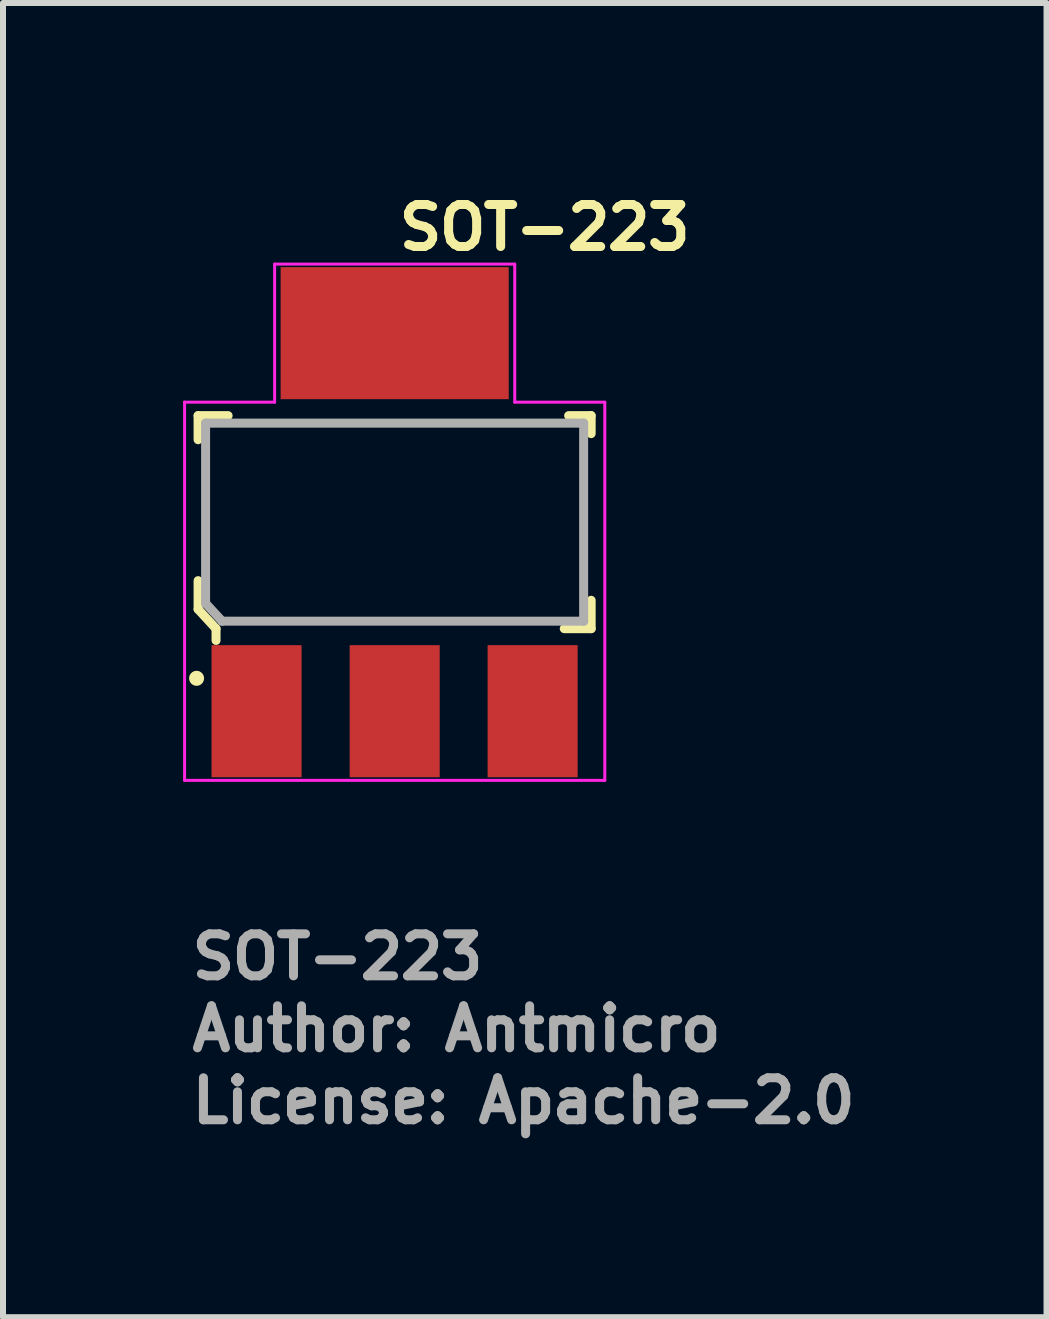
<source format=kicad_pcb>
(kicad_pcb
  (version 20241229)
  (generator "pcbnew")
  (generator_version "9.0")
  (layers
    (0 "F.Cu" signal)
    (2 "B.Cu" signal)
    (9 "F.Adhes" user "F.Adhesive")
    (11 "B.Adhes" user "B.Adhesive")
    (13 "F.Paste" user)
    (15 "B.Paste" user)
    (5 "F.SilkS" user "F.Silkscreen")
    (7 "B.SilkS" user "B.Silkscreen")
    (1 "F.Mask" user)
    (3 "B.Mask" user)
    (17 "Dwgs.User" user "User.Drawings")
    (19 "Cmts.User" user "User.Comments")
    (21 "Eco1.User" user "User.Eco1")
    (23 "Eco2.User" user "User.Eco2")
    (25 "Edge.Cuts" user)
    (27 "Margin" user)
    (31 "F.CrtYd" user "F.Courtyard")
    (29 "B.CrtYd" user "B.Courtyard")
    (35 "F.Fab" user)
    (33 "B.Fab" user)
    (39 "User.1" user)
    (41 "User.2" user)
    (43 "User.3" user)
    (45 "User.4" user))
  (footprint "SOT-223"
    (layer "F.Cu")
    (at 3.525 5.65)
    (property "Reference" "SOT-223" (at 0 -4.5 0) (layer "F.SilkS") (effects (font (size 0.7 0.7) (thickness 0.15)) (justify left bottom)))
    (attr smd)
    (fp_line (start -3.275 -1.776) (end -3.275 -1.375) (stroke (width 0.15) (type solid)) (layer "F.SilkS"))
    (fp_line (start -3.275 0.973) (end -3.275 1.449) (stroke (width 0.15) (type solid)) (layer "F.SilkS"))
    (fp_line (start -3.275 1.449) (end -2.976 1.773) (stroke (width 0.15) (type solid)) (layer "F.SilkS"))
    (fp_line (start -2.976 1.773) (end -2.976 1.969) (stroke (width 0.15) (type solid)) (layer "F.SilkS"))
    (fp_line (start -2.775 -1.776) (end -3.275 -1.776) (stroke (width 0.15) (type solid)) (layer "F.SilkS"))
    (fp_line (start 2.898 -1.776) (end 3.273 -1.776) (stroke (width 0.15) (type solid)) (layer "F.SilkS"))
    (fp_line (start 3.273 -1.776) (end 3.273 -1.476) (stroke (width 0.15) (type solid)) (layer "F.SilkS"))
    (fp_line (start 3.273 1.3) (end 3.273 1.773) (stroke (width 0.15) (type solid)) (layer "F.SilkS"))
    (fp_line (start 3.273 1.773) (end 2.825 1.773) (stroke (width 0.15) (type solid)) (layer "F.SilkS"))
    (fp_circle (center -3.3 2.6) (end -3.25 2.6) (stroke (width 0.15) (type solid)) (fill yes) (layer "F.SilkS"))
    (fp_line (start -3.5 -2) (end -3.5 4.3) (stroke (width 0.05) (type solid)) (layer "F.CrtYd"))
    (fp_line (start -3.5 4.3) (end 3.5 4.3) (stroke (width 0.05) (type solid)) (layer "F.CrtYd"))
    (fp_line (start -2 -4.3) (end -2 -2) (stroke (width 0.05) (type solid)) (layer "F.CrtYd"))
    (fp_line (start -2 -2) (end -3.5 -2) (stroke (width 0.05) (type solid)) (layer "F.CrtYd"))
    (fp_line (start 2 -4.3) (end -2 -4.3) (stroke (width 0.05) (type solid)) (layer "F.CrtYd"))
    (fp_line (start 2 -4.3) (end 2 -2) (stroke (width 0.05) (type solid)) (layer "F.CrtYd"))
    (fp_line (start 3.5 -2) (end 2 -2) (stroke (width 0.05) (type solid)) (layer "F.CrtYd"))
    (fp_line (start 3.5 -2) (end 3.5 4.3) (stroke (width 0.05) (type solid)) (layer "F.CrtYd"))
    (fp_line (start -3.15 -1.651) (end 3.148 -1.651) (stroke (width 0.15) (type solid)) (layer "F.Fab"))
    (fp_line (start -3.15 1.35) (end -3.15 -1.651) (stroke (width 0.15) (type solid)) (layer "F.Fab"))
    (fp_line (start -3.15 1.35) (end -2.875 1.648) (stroke (width 0.15) (type solid)) (layer "F.Fab"))
    (fp_line (start 3.148 -1.651) (end 3.148 1.648) (stroke (width 0.15) (type solid)) (layer "F.Fab"))
    (fp_line (start 3.148 1.648) (end -2.875 1.648) (stroke (width 0.15) (type solid)) (layer "F.Fab"))
    (fp_rect (start -3.251 -3.48) (end 3.249 3.479) (stroke (width 0.1) (type solid)) (fill no) (layer "User.5"))
    (fp_line (start -3.251 -1.736) (end -3.251 -1.734) (stroke (width 0.02) (type solid)) (layer "User.9"))
    (fp_line (start -3.251 -1.734) (end -3.25 -1.732) (stroke (width 0.02) (type solid)) (layer "User.9"))
    (fp_line (start -3.251 1.731) (end -3.251 1.733) (stroke (width 0.02) (type solid)) (layer "User.9"))
    (fp_line (start -3.251 1.733) (end -3.25 1.737) (stroke (width 0.02) (type solid)) (layer "User.9"))
    (fp_line (start -3.25 -1.746) (end -3.25 -1.742) (stroke (width 0.02) (type solid)) (layer "User.9"))
    (fp_line (start -3.25 -1.742) (end -3.25 -1.74) (stroke (width 0.02) (type solid)) (layer "User.9"))
    (fp_line (start -3.25 -1.74) (end -3.25 -1.738) (stroke (width 0.02) (type solid)) (layer "User.9"))
    (fp_line (start -3.25 -1.738) (end -3.251 -1.736) (stroke (width 0.02) (type solid)) (layer "User.9"))
    (fp_line (start -3.25 -1.732) (end -3.25 1.729) (stroke (width 0.02) (type solid)) (layer "User.9"))
    (fp_line (start -3.25 1.729) (end -3.251 1.731) (stroke (width 0.02) (type solid)) (layer "User.9"))
    (fp_line (start -3.25 1.737) (end -3.25 1.739) (stroke (width 0.02) (type solid)) (layer "User.9"))
    (fp_line (start -3.25 1.739) (end -3.25 1.741) (stroke (width 0.02) (type solid)) (layer "User.9"))
    (fp_line (start -3.25 1.741) (end -3.25 1.743) (stroke (width 0.02) (type solid)) (layer "User.9"))
    (fp_line (start -3.25 1.743) (end -3.249 1.745) (stroke (width 0.02) (type solid)) (layer "User.9"))
    (fp_line (start -3.249 -1.748) (end -3.25 -1.746) (stroke (width 0.02) (type solid)) (layer "User.9"))
    (fp_line (start -3.249 1.745) (end -3.247 1.747) (stroke (width 0.02) (type solid)) (layer "User.9"))
    (fp_line (start -3.247 -1.75) (end -3.249 -1.748) (stroke (width 0.02) (type solid)) (layer "User.9"))
    (fp_line (start -3.247 1.747) (end -3.246 1.749) (stroke (width 0.02) (type solid)) (layer "User.9"))
    (fp_line (start -3.246 -1.754) (end -3.246 -1.752) (stroke (width 0.02) (type solid)) (layer "User.9"))
    (fp_line (start -3.246 -1.752) (end -3.247 -1.75) (stroke (width 0.02) (type solid)) (layer "User.9"))
    (fp_line (start -3.246 1.749) (end -3.246 1.753) (stroke (width 0.02) (type solid)) (layer "User.9"))
    (fp_line (start -3.246 1.753) (end -3.245 1.755) (stroke (width 0.02) (type solid)) (layer "User.9"))
    (fp_line (start -3.245 -1.756) (end -3.246 -1.754) (stroke (width 0.02) (type solid)) (layer "User.9"))
    (fp_line (start -3.245 1.755) (end -3.242 1.757) (stroke (width 0.02) (type solid)) (layer "User.9"))
    (fp_line (start -3.242 -1.76) (end -3.242 -1.758) (stroke (width 0.02) (type solid)) (layer "User.9"))
    (fp_line (start -3.242 -1.758) (end -3.245 -1.756) (stroke (width 0.02) (type solid)) (layer "User.9"))
    (fp_line (start -3.242 1.757) (end -3.242 1.759) (stroke (width 0.02) (type solid)) (layer "User.9"))
    (fp_line (start -3.242 1.759) (end -3.239 1.761) (stroke (width 0.02) (type solid)) (layer "User.9"))
    (fp_line (start -3.239 -1.762) (end -3.242 -1.76) (stroke (width 0.02) (type solid)) (layer "User.9"))
    (fp_line (start -3.239 1.761) (end -3.238 1.763) (stroke (width 0.02) (type solid)) (layer "User.9"))
    (fp_line (start -3.238 -1.764) (end -3.239 -1.762) (stroke (width 0.02) (type solid)) (layer "User.9"))
    (fp_line (start -3.238 1.763) (end -3.237 1.765) (stroke (width 0.02) (type solid)) (layer "User.9"))
    (fp_line (start -3.237 -1.766) (end -3.238 -1.764) (stroke (width 0.02) (type solid)) (layer "User.9"))
    (fp_line (start -3.237 1.765) (end -3.234 1.765) (stroke (width 0.02) (type solid)) (layer "User.9"))
    (fp_line (start -3.234 -1.768) (end -3.237 -1.766) (stroke (width 0.02) (type solid)) (layer "User.9"))
    (fp_line (start -3.234 1.765) (end -3.233 1.767) (stroke (width 0.02) (type solid)) (layer "User.9"))
    (fp_line (start -3.233 -1.77) (end -3.234 -1.768) (stroke (width 0.02) (type solid)) (layer "User.9"))
    (fp_line (start -3.233 1.767) (end -3.23 1.769) (stroke (width 0.02) (type solid)) (layer "User.9"))
    (fp_line (start -3.23 -1.772) (end -3.233 -1.77) (stroke (width 0.02) (type solid)) (layer "User.9"))
    (fp_line (start -3.23 1.769) (end -3.229 1.771) (stroke (width 0.02) (type solid)) (layer "User.9"))
    (fp_line (start -3.229 -1.772) (end -3.23 -1.772) (stroke (width 0.02) (type solid)) (layer "User.9"))
    (fp_line (start -3.229 1.771) (end -3.226 1.773) (stroke (width 0.02) (type solid)) (layer "User.9"))
    (fp_line (start -3.226 -1.774) (end -3.229 -1.772) (stroke (width 0.02) (type solid)) (layer "User.9"))
    (fp_line (start -3.226 1.773) (end -3.225 1.773) (stroke (width 0.02) (type solid)) (layer "User.9"))
    (fp_line (start -3.225 -1.776) (end -3.226 -1.774) (stroke (width 0.02) (type solid)) (layer "User.9"))
    (fp_line (start -3.225 1.773) (end -3.222 1.775) (stroke (width 0.02) (type solid)) (layer "User.9"))
    (fp_line (start -3.222 -1.776) (end -3.225 -1.776) (stroke (width 0.02) (type solid)) (layer "User.9"))
    (fp_line (start -3.222 1.775) (end -3.219 1.775) (stroke (width 0.02) (type solid)) (layer "User.9"))
    (fp_line (start -3.219 -1.778) (end -3.222 -1.776) (stroke (width 0.02) (type solid)) (layer "User.9"))
    (fp_line (start -3.219 1.775) (end -3.218 1.777) (stroke (width 0.02) (type solid)) (layer "User.9"))
    (fp_line (start -3.218 -1.778) (end -3.219 -1.778) (stroke (width 0.02) (type solid)) (layer "User.9"))
    (fp_line (start -3.218 1.777) (end -3.215 1.777) (stroke (width 0.02) (type solid)) (layer "User.9"))
    (fp_line (start -3.215 -1.78) (end -3.218 -1.778) (stroke (width 0.02) (type solid)) (layer "User.9"))
    (fp_line (start -3.215 1.777) (end -3.213 1.777) (stroke (width 0.02) (type solid)) (layer "User.9"))
    (fp_line (start -3.213 -1.78) (end -3.215 -1.78) (stroke (width 0.02) (type solid)) (layer "User.9"))
    (fp_line (start -3.213 1.777) (end -3.21 1.779) (stroke (width 0.02) (type solid)) (layer "User.9"))
    (fp_line (start -3.21 -1.78) (end -3.213 -1.78) (stroke (width 0.02) (type solid)) (layer "User.9"))
    (fp_line (start -3.21 1.779) (end -3.209 1.779) (stroke (width 0.02) (type solid)) (layer "User.9"))
    (fp_line (start -3.209 -1.78) (end -3.21 -1.78) (stroke (width 0.02) (type solid)) (layer "User.9"))
    (fp_line (start -3.209 1.779) (end -3.206 1.779) (stroke (width 0.02) (type solid)) (layer "User.9"))
    (fp_line (start -3.206 -1.782) (end -3.209 -1.78) (stroke (width 0.02) (type solid)) (layer "User.9"))
    (fp_line (start -3.206 1.779) (end -3.203 1.779) (stroke (width 0.02) (type solid)) (layer "User.9"))
    (fp_line (start -3.203 -1.782) (end -3.206 -1.782) (stroke (width 0.02) (type solid)) (layer "User.9"))
    (fp_line (start -3.203 1.779) (end -3.202 1.779) (stroke (width 0.02) (type solid)) (layer "User.9"))
    (fp_line (start -3.202 -1.78) (end -3.203 -1.782) (stroke (width 0.02) (type solid)) (layer "User.9"))
    (fp_line (start -3.202 1.779) (end -2.67 1.779) (stroke (width 0.02) (type solid)) (layer "User.9"))
    (fp_line (start -2.67 1.779) (end -2.67 2.342) (stroke (width 0.02) (type solid)) (layer "User.9"))
    (fp_line (start -2.67 1.779) (end -1.93 1.779) (stroke (width 0.02) (type solid)) (layer "User.9"))
    (fp_line (start -2.67 2.744) (end -2.67 2.342) (stroke (width 0.02) (type solid)) (layer "User.9"))
    (fp_line (start -2.67 2.822) (end -2.67 2.744) (stroke (width 0.02) (type solid)) (layer "User.9"))
    (fp_line (start -2.67 2.955) (end -2.67 2.822) (stroke (width 0.02) (type solid)) (layer "User.9"))
    (fp_line (start -2.67 2.955) (end -2.67 3.479) (stroke (width 0.02) (type solid)) (layer "User.9"))
    (fp_line (start -2.67 3.479) (end -1.93 3.479) (stroke (width 0.02) (type solid)) (layer "User.9"))
    (fp_line (start -1.93 1.779) (end -1.93 2.342) (stroke (width 0.02) (type solid)) (layer "User.9"))
    (fp_line (start -1.93 1.779) (end -0.37 1.779) (stroke (width 0.02) (type solid)) (layer "User.9"))
    (fp_line (start -1.93 2.342) (end -1.93 2.744) (stroke (width 0.02) (type solid)) (layer "User.9"))
    (fp_line (start -1.93 2.822) (end -1.93 2.744) (stroke (width 0.02) (type solid)) (layer "User.9"))
    (fp_line (start -1.93 2.822) (end -1.93 2.955) (stroke (width 0.02) (type solid)) (layer "User.9"))
    (fp_line (start -1.93 2.955) (end -1.93 3.479) (stroke (width 0.02) (type solid)) (layer "User.9"))
    (fp_line (start -1.5 -3.48) (end 1.499 -3.48) (stroke (width 0.02) (type solid)) (layer "User.9"))
    (fp_line (start -1.5 -2.956) (end -1.5 -3.48) (stroke (width 0.02) (type solid)) (layer "User.9"))
    (fp_line (start -1.5 -2.823) (end -1.5 -2.956) (stroke (width 0.02) (type solid)) (layer "User.9"))
    (fp_line (start -1.5 -2.823) (end -1.5 -2.746) (stroke (width 0.02) (type solid)) (layer "User.9"))
    (fp_line (start -1.5 -2.344) (end -1.5 -2.746) (stroke (width 0.02) (type solid)) (layer "User.9"))
    (fp_line (start -1.5 -1.78) (end -3.202 -1.78) (stroke (width 0.02) (type solid)) (layer "User.9"))
    (fp_line (start -1.5 -1.78) (end -1.5 -2.344) (stroke (width 0.02) (type solid)) (layer "User.9"))
    (fp_line (start -1.5 -1.78) (end 1.499 -1.78) (stroke (width 0.02) (type solid)) (layer "User.9"))
    (fp_line (start -0.37 1.779) (end -0.37 2.342) (stroke (width 0.02) (type solid)) (layer "User.9"))
    (fp_line (start -0.37 1.779) (end 0.368 1.779) (stroke (width 0.02) (type solid)) (layer "User.9"))
    (fp_line (start -0.37 2.744) (end -0.37 2.342) (stroke (width 0.02) (type solid)) (layer "User.9"))
    (fp_line (start -0.37 2.822) (end -0.37 2.744) (stroke (width 0.02) (type solid)) (layer "User.9"))
    (fp_line (start -0.37 2.955) (end -0.37 2.822) (stroke (width 0.02) (type solid)) (layer "User.9"))
    (fp_line (start -0.37 2.955) (end -0.37 3.479) (stroke (width 0.02) (type solid)) (layer "User.9"))
    (fp_line (start -0.37 3.479) (end 0.368 3.479) (stroke (width 0.02) (type solid)) (layer "User.9"))
    (fp_line (start 0.368 1.779) (end 0.368 2.342) (stroke (width 0.02) (type solid)) (layer "User.9"))
    (fp_line (start 0.368 1.779) (end 1.929 1.779) (stroke (width 0.02) (type solid)) (layer "User.9"))
    (fp_line (start 0.368 2.342) (end 0.368 2.744) (stroke (width 0.02) (type solid)) (layer "User.9"))
    (fp_line (start 0.368 2.822) (end 0.368 2.744) (stroke (width 0.02) (type solid)) (layer "User.9"))
    (fp_line (start 0.368 2.822) (end 0.368 2.955) (stroke (width 0.02) (type solid)) (layer "User.9"))
    (fp_line (start 0.368 2.955) (end 0.368 3.479) (stroke (width 0.02) (type solid)) (layer "User.9"))
    (fp_line (start 1.499 -2.956) (end 1.499 -3.48) (stroke (width 0.02) (type solid)) (layer "User.9"))
    (fp_line (start 1.499 -2.956) (end 1.499 -2.823) (stroke (width 0.02) (type solid)) (layer "User.9"))
    (fp_line (start 1.499 -2.823) (end 1.499 -2.746) (stroke (width 0.02) (type solid)) (layer "User.9"))
    (fp_line (start 1.499 -2.746) (end 1.499 -2.344) (stroke (width 0.02) (type solid)) (layer "User.9"))
    (fp_line (start 1.499 -1.78) (end 1.499 -2.344) (stroke (width 0.02) (type solid)) (layer "User.9"))
    (fp_line (start 1.929 1.779) (end 1.929 2.342) (stroke (width 0.02) (type solid)) (layer "User.9"))
    (fp_line (start 1.929 1.779) (end 2.668 1.779) (stroke (width 0.02) (type solid)) (layer "User.9"))
    (fp_line (start 1.929 2.744) (end 1.929 2.342) (stroke (width 0.02) (type solid)) (layer "User.9"))
    (fp_line (start 1.929 2.822) (end 1.929 2.744) (stroke (width 0.02) (type solid)) (layer "User.9"))
    (fp_line (start 1.929 2.955) (end 1.929 2.822) (stroke (width 0.02) (type solid)) (layer "User.9"))
    (fp_line (start 1.929 2.955) (end 1.929 3.479) (stroke (width 0.02) (type solid)) (layer "User.9"))
    (fp_line (start 1.929 3.479) (end 2.668 3.479) (stroke (width 0.02) (type solid)) (layer "User.9"))
    (fp_line (start 2.668 1.779) (end 2.668 2.342) (stroke (width 0.02) (type solid)) (layer "User.9"))
    (fp_line (start 2.668 1.779) (end 3.2 1.779) (stroke (width 0.02) (type solid)) (layer "User.9"))
    (fp_line (start 2.668 2.342) (end 2.668 2.744) (stroke (width 0.02) (type solid)) (layer "User.9"))
    (fp_line (start 2.668 2.822) (end 2.668 2.744) (stroke (width 0.02) (type solid)) (layer "User.9"))
    (fp_line (start 2.668 2.822) (end 2.668 2.955) (stroke (width 0.02) (type solid)) (layer "User.9"))
    (fp_line (start 2.668 2.955) (end 2.668 3.479) (stroke (width 0.02) (type solid)) (layer "User.9"))
    (fp_line (start 3.2 -1.78) (end 1.499 -1.78) (stroke (width 0.02) (type solid)) (layer "User.9"))
    (fp_line (start 3.2 1.779) (end 3.201 1.779) (stroke (width 0.02) (type solid)) (layer "User.9"))
    (fp_line (start 3.201 -1.782) (end 3.2 -1.78) (stroke (width 0.02) (type solid)) (layer "User.9"))
    (fp_line (start 3.201 1.779) (end 3.204 1.779) (stroke (width 0.02) (type solid)) (layer "User.9"))
    (fp_line (start 3.204 -1.782) (end 3.201 -1.782) (stroke (width 0.02) (type solid)) (layer "User.9"))
    (fp_line (start 3.204 1.779) (end 3.206 1.779) (stroke (width 0.02) (type solid)) (layer "User.9"))
    (fp_line (start 3.206 -1.78) (end 3.204 -1.782) (stroke (width 0.02) (type solid)) (layer "User.9"))
    (fp_line (start 3.206 1.779) (end 3.209 1.779) (stroke (width 0.02) (type solid)) (layer "User.9"))
    (fp_line (start 3.209 -1.78) (end 3.206 -1.78) (stroke (width 0.02) (type solid)) (layer "User.9"))
    (fp_line (start 3.209 1.779) (end 3.21 1.777) (stroke (width 0.02) (type solid)) (layer "User.9"))
    (fp_line (start 3.21 -1.78) (end 3.209 -1.78) (stroke (width 0.02) (type solid)) (layer "User.9"))
    (fp_line (start 3.21 1.777) (end 3.213 1.777) (stroke (width 0.02) (type solid)) (layer "User.9"))
    (fp_line (start 3.213 -1.78) (end 3.21 -1.78) (stroke (width 0.02) (type solid)) (layer "User.9"))
    (fp_line (start 3.213 1.777) (end 3.216 1.777) (stroke (width 0.02) (type solid)) (layer "User.9"))
    (fp_line (start 3.216 -1.778) (end 3.213 -1.78) (stroke (width 0.02) (type solid)) (layer "User.9"))
    (fp_line (start 3.216 1.777) (end 3.217 1.775) (stroke (width 0.02) (type solid)) (layer "User.9"))
    (fp_line (start 3.217 -1.778) (end 3.216 -1.778) (stroke (width 0.02) (type solid)) (layer "User.9"))
    (fp_line (start 3.217 1.775) (end 3.22 1.775) (stroke (width 0.02) (type solid)) (layer "User.9"))
    (fp_line (start 3.22 -1.776) (end 3.217 -1.778) (stroke (width 0.02) (type solid)) (layer "User.9"))
    (fp_line (start 3.22 1.775) (end 3.222 1.773) (stroke (width 0.02) (type solid)) (layer "User.9"))
    (fp_line (start 3.222 -1.776) (end 3.22 -1.776) (stroke (width 0.02) (type solid)) (layer "User.9"))
    (fp_line (start 3.222 1.773) (end 3.225 1.773) (stroke (width 0.02) (type solid)) (layer "User.9"))
    (fp_line (start 3.225 -1.774) (end 3.222 -1.776) (stroke (width 0.02) (type solid)) (layer "User.9"))
    (fp_line (start 3.225 1.773) (end 3.226 1.771) (stroke (width 0.02) (type solid)) (layer "User.9"))
    (fp_line (start 3.226 -1.772) (end 3.225 -1.774) (stroke (width 0.02) (type solid)) (layer "User.9"))
    (fp_line (start 3.226 1.771) (end 3.229 1.769) (stroke (width 0.02) (type solid)) (layer "User.9"))
    (fp_line (start 3.229 -1.772) (end 3.226 -1.772) (stroke (width 0.02) (type solid)) (layer "User.9"))
    (fp_line (start 3.229 1.769) (end 3.23 1.767) (stroke (width 0.02) (type solid)) (layer "User.9"))
    (fp_line (start 3.23 -1.77) (end 3.229 -1.772) (stroke (width 0.02) (type solid)) (layer "User.9"))
    (fp_line (start 3.23 1.767) (end 3.233 1.765) (stroke (width 0.02) (type solid)) (layer "User.9"))
    (fp_line (start 3.233 -1.768) (end 3.23 -1.77) (stroke (width 0.02) (type solid)) (layer "User.9"))
    (fp_line (start 3.233 1.765) (end 3.234 1.765) (stroke (width 0.02) (type solid)) (layer "User.9"))
    (fp_line (start 3.234 -1.766) (end 3.233 -1.768) (stroke (width 0.02) (type solid)) (layer "User.9"))
    (fp_line (start 3.234 1.765) (end 3.236 1.763) (stroke (width 0.02) (type solid)) (layer "User.9"))
    (fp_line (start 3.236 -1.764) (end 3.234 -1.766) (stroke (width 0.02) (type solid)) (layer "User.9"))
    (fp_line (start 3.236 1.763) (end 3.237 1.761) (stroke (width 0.02) (type solid)) (layer "User.9"))
    (fp_line (start 3.237 -1.762) (end 3.236 -1.764) (stroke (width 0.02) (type solid)) (layer "User.9"))
    (fp_line (start 3.237 1.761) (end 3.24 1.759) (stroke (width 0.02) (type solid)) (layer "User.9"))
    (fp_line (start 3.24 -1.76) (end 3.237 -1.762) (stroke (width 0.02) (type solid)) (layer "User.9"))
    (fp_line (start 3.24 1.759) (end 3.241 1.757) (stroke (width 0.02) (type solid)) (layer "User.9"))
    (fp_line (start 3.241 -1.758) (end 3.24 -1.76) (stroke (width 0.02) (type solid)) (layer "User.9"))
    (fp_line (start 3.241 1.757) (end 3.242 1.755) (stroke (width 0.02) (type solid)) (layer "User.9"))
    (fp_line (start 3.242 -1.756) (end 3.241 -1.758) (stroke (width 0.02) (type solid)) (layer "User.9"))
    (fp_line (start 3.242 1.755) (end 3.244 1.753) (stroke (width 0.02) (type solid)) (layer "User.9"))
    (fp_line (start 3.244 -1.754) (end 3.242 -1.756) (stroke (width 0.02) (type solid)) (layer "User.9"))
    (fp_line (start 3.244 1.753) (end 3.245 1.749) (stroke (width 0.02) (type solid)) (layer "User.9"))
    (fp_line (start 3.245 -1.752) (end 3.244 -1.754) (stroke (width 0.02) (type solid)) (layer "User.9"))
    (fp_line (start 3.245 -1.75) (end 3.245 -1.752) (stroke (width 0.02) (type solid)) (layer "User.9"))
    (fp_line (start 3.245 1.747) (end 3.246 1.745) (stroke (width 0.02) (type solid)) (layer "User.9"))
    (fp_line (start 3.245 1.749) (end 3.245 1.747) (stroke (width 0.02) (type solid)) (layer "User.9"))
    (fp_line (start 3.246 -1.748) (end 3.245 -1.75) (stroke (width 0.02) (type solid)) (layer "User.9"))
    (fp_line (start 3.246 1.745) (end 3.248 1.743) (stroke (width 0.02) (type solid)) (layer "User.9"))
    (fp_line (start 3.248 -1.746) (end 3.246 -1.748) (stroke (width 0.02) (type solid)) (layer "User.9"))
    (fp_line (start 3.248 -1.742) (end 3.248 -1.746) (stroke (width 0.02) (type solid)) (layer "User.9"))
    (fp_line (start 3.248 1.741) (end 3.249 1.739) (stroke (width 0.02) (type solid)) (layer "User.9"))
    (fp_line (start 3.248 1.743) (end 3.248 1.741) (stroke (width 0.02) (type solid)) (layer "User.9"))
    (fp_line (start 3.249 -1.74) (end 3.248 -1.742) (stroke (width 0.02) (type solid)) (layer "User.9"))
    (fp_line (start 3.249 -1.738) (end 3.249 -1.74) (stroke (width 0.02) (type solid)) (layer "User.9"))
    (fp_line (start 3.249 -1.736) (end 3.249 -1.738) (stroke (width 0.02) (type solid)) (layer "User.9"))
    (fp_line (start 3.249 -1.734) (end 3.249 -1.736) (stroke (width 0.02) (type solid)) (layer "User.9"))
    (fp_line (start 3.249 -1.732) (end 3.249 -1.734) (stroke (width 0.02) (type solid)) (layer "User.9"))
    (fp_line (start 3.249 1.729) (end 3.249 -1.732) (stroke (width 0.02) (type solid)) (layer "User.9"))
    (fp_line (start 3.249 1.731) (end 3.249 1.729) (stroke (width 0.02) (type solid)) (layer "User.9"))
    (fp_line (start 3.249 1.733) (end 3.249 1.731) (stroke (width 0.02) (type solid)) (layer "User.9"))
    (fp_line (start 3.249 1.737) (end 3.249 1.733) (stroke (width 0.02) (type solid)) (layer "User.9"))
    (fp_line (start 3.249 1.739) (end 3.249 1.737) (stroke (width 0.02) (type solid)) (layer "User.9"))
    (fp_text user "${REFERENCE}" (at -3.451 7.65 0) (layer "F.Fab") (effects (font (size 0.7 0.7) (thickness 0.15)) (justify left bottom)))
    (fp_text user "Author: Antmicro" (at -3.451 8.849 0) (layer "F.Fab") (effects (font (size 0.7 0.7) (thickness 0.15)) (justify left bottom)))
    (fp_text user "License: Apache-2.0" (at -3.451 10.048 0) (layer "F.Fab") (effects (font (size 0.7 0.7) (thickness 0.15)) (justify left bottom)))
    (pad "1" smd rect (at -2.301 3.148) (size 1.5 2.2) (layers "F.Cu" "F.Mask" "F.Paste"))
    (pad "2" smd rect (at 0 3.148) (size 1.5 2.2) (layers "F.Cu" "F.Mask" "F.Paste"))
    (pad "3" smd rect (at 2.298 3.148) (size 1.5 2.2) (layers "F.Cu" "F.Mask" "F.Paste"))
    (pad "4" smd rect (at 0 -3.15) (size 3.8 2.2) (layers "F.Cu" "F.Mask" "F.Paste")))
  (gr_rect
    (start -3 -3)
    (end 14.384 18.893)
    (stroke (width 0.1) (type default))
    (fill no)
    (layer "Edge.Cuts")))
</source>
